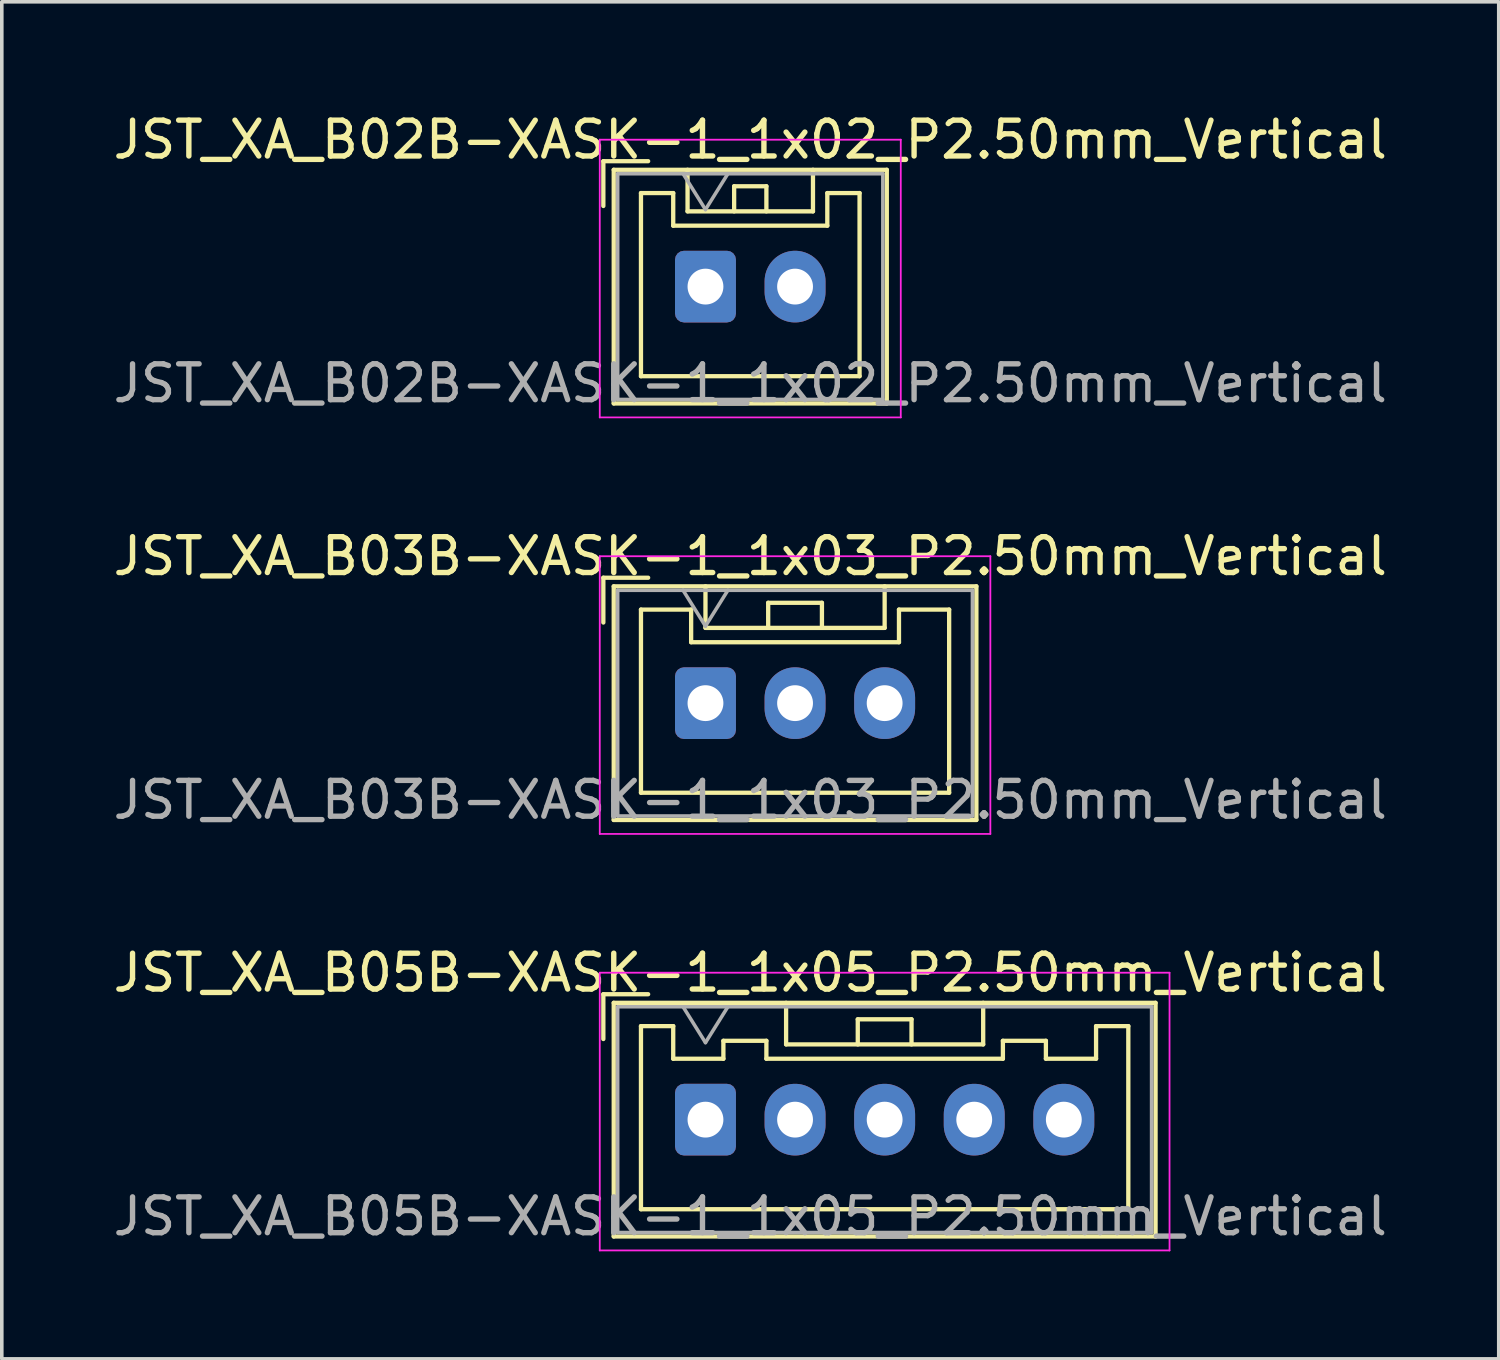
<source format=kicad_pcb>
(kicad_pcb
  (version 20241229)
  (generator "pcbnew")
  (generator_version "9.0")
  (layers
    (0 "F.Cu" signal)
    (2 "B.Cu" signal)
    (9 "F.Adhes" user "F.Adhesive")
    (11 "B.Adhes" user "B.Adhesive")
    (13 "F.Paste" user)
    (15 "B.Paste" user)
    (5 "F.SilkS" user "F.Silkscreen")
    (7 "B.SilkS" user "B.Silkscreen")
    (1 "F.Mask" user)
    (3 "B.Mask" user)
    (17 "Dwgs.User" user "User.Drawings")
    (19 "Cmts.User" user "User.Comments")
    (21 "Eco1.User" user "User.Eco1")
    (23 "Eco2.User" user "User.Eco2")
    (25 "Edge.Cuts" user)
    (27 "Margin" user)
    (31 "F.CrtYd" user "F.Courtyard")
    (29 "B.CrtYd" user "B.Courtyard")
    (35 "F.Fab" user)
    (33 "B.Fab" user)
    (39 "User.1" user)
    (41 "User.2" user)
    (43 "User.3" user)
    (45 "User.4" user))
  (footprint "JST_XA_B05B-XASK-1_1x05_P2.50mm_Vertical"
    (layer "F.Cu")
    (at 16.637 28.195)
    (property "Reference" "JST_XA_B05B-XASK-1_1x05_P2.50mm_Vertical" (at 1.25 -4.1 0) (layer "F.SilkS") (effects (font (size 1 1) (thickness 0.15))))
    (attr through_hole)
    (fp_line (start -2.85 -3.5) (end -2.85 -2.25) (stroke (width 0.12) (type solid)) (layer "F.SilkS"))
    (fp_line (start -2.56 -3.26) (end -2.56 3.26) (stroke (width 0.12) (type solid)) (layer "F.SilkS"))
    (fp_line (start -2.56 3.26) (end 12.56 3.26) (stroke (width 0.12) (type solid)) (layer "F.SilkS"))
    (fp_line (start -1.8 -2.61) (end -1.8 2.5) (stroke (width 0.12) (type solid)) (layer "F.SilkS"))
    (fp_line (start -1.8 2.5) (end 11.8 2.5) (stroke (width 0.12) (type solid)) (layer "F.SilkS"))
    (fp_line (start -1.6 -3.5) (end -2.85 -3.5) (stroke (width 0.12) (type solid)) (layer "F.SilkS"))
    (fp_line (start -0.9 -2.61) (end -1.8 -2.61) (stroke (width 0.12) (type solid)) (layer "F.SilkS"))
    (fp_line (start -0.9 -2.61) (end -0.9 -1.7) (stroke (width 0.12) (type solid)) (layer "F.SilkS"))
    (fp_line (start -0.9 -1.7) (end 0.5 -1.7) (stroke (width 0.12) (type solid)) (layer "F.SilkS"))
    (fp_line (start 0.5 -2.2) (end 0.5 -1.7) (stroke (width 0.12) (type solid)) (layer "F.SilkS"))
    (fp_line (start 0.5 -2.2) (end 1.7 -2.2) (stroke (width 0.12) (type solid)) (layer "F.SilkS"))
    (fp_line (start 1.7 -2.2) (end 1.7 -1.7) (stroke (width 0.12) (type solid)) (layer "F.SilkS"))
    (fp_line (start 2.25 -3.26) (end 2.25 -2.1) (stroke (width 0.12) (type solid)) (layer "F.SilkS"))
    (fp_line (start 4.25 -2.1) (end 4.25 -2.8) (stroke (width 0.12) (type solid)) (layer "F.SilkS"))
    (fp_line (start 5.75 -2.8) (end 4.25 -2.8) (stroke (width 0.12) (type solid)) (layer "F.SilkS"))
    (fp_line (start 5.75 -2.1) (end 5.75 -2.8) (stroke (width 0.12) (type solid)) (layer "F.SilkS"))
    (fp_line (start 7.75 -2.1) (end 2.25 -2.1) (stroke (width 0.12) (type solid)) (layer "F.SilkS"))
    (fp_line (start 7.75 -2.1) (end 7.75 -3.26) (stroke (width 0.12) (type solid)) (layer "F.SilkS"))
    (fp_line (start 8.3 -2.2) (end 8.3 -1.7) (stroke (width 0.12) (type solid)) (layer "F.SilkS"))
    (fp_line (start 8.3 -1.7) (end 1.7 -1.7) (stroke (width 0.12) (type solid)) (layer "F.SilkS"))
    (fp_line (start 9.5 -2.2) (end 8.3 -2.2) (stroke (width 0.12) (type solid)) (layer "F.SilkS"))
    (fp_line (start 9.5 -2.2) (end 9.5 -1.7) (stroke (width 0.12) (type solid)) (layer "F.SilkS"))
    (fp_line (start 10.9 -2.61) (end 10.9 -1.7) (stroke (width 0.12) (type solid)) (layer "F.SilkS"))
    (fp_line (start 10.9 -2.61) (end 11.8 -2.61) (stroke (width 0.12) (type solid)) (layer "F.SilkS"))
    (fp_line (start 10.9 -1.7) (end 9.5 -1.7) (stroke (width 0.12) (type solid)) (layer "F.SilkS"))
    (fp_line (start 11.8 2.5) (end 11.8 -2.61) (stroke (width 0.12) (type solid)) (layer "F.SilkS"))
    (fp_line (start 12.56 -3.26) (end -2.56 -3.26) (stroke (width 0.12) (type solid)) (layer "F.SilkS"))
    (fp_line (start 12.56 3.26) (end 12.56 -3.26) (stroke (width 0.12) (type solid)) (layer "F.SilkS"))
    (fp_line (start -2.95 -4.1) (end -2.95 3.65) (stroke (width 0.05) (type solid)) (layer "F.CrtYd"))
    (fp_line (start -2.95 3.65) (end 12.95 3.65) (stroke (width 0.05) (type solid)) (layer "F.CrtYd"))
    (fp_line (start 12.95 -4.1) (end -2.95 -4.1) (stroke (width 0.05) (type solid)) (layer "F.CrtYd"))
    (fp_line (start 12.95 3.65) (end 12.95 -4.1) (stroke (width 0.05) (type solid)) (layer "F.CrtYd"))
    (fp_line (start -2.45 -3.15) (end -2.45 3.15) (stroke (width 0.1) (type solid)) (layer "F.Fab"))
    (fp_line (start -2.45 3.15) (end 12.45 3.15) (stroke (width 0.1) (type solid)) (layer "F.Fab"))
    (fp_line (start -0.625 -3.15) (end 0 -2.15) (stroke (width 0.1) (type solid)) (layer "F.Fab"))
    (fp_line (start 0 -2.15) (end 0.625 -3.15) (stroke (width 0.1) (type solid)) (layer "F.Fab"))
    (fp_line (start 12.45 -3.15) (end -2.45 -3.15) (stroke (width 0.1) (type solid)) (layer "F.Fab"))
    (fp_line (start 12.45 3.15) (end 12.45 -3.15) (stroke (width 0.1) (type solid)) (layer "F.Fab"))
    (fp_text user "${REFERENCE}" (at 1.25 2.7 0) (layer "F.Fab") (effects (font (size 1 1) (thickness 0.15))))
    (pad "1" thru_hole roundrect (at 0 0) (size 1.7 2) (drill 1) (layers "*.Cu" "*.Mask") (roundrect_rratio 0.147))
    (pad "2" thru_hole oval (at 2.5 0) (size 1.7 2) (drill 1) (layers "*.Cu" "*.Mask"))
    (pad "3" thru_hole oval (at 5 0) (size 1.7 2) (drill 1) (layers "*.Cu" "*.Mask"))
    (pad "4" thru_hole oval (at 7.5 0) (size 1.7 2) (drill 1) (layers "*.Cu" "*.Mask"))
    (pad "5" thru_hole oval (at 10 0) (size 1.7 2) (drill 1) (layers "*.Cu" "*.Mask")))
  (footprint "JST_XA_B03B-XASK-1_1x03_P2.50mm_Vertical"
    (layer "F.Cu")
    (at 16.637 16.572)
    (property "Reference" "JST_XA_B03B-XASK-1_1x03_P2.50mm_Vertical" (at 1.25 -4.1 0) (layer "F.SilkS") (effects (font (size 1 1) (thickness 0.15))))
    (attr through_hole)
    (fp_line (start -2.85 -3.5) (end -2.85 -2.25) (stroke (width 0.12) (type solid)) (layer "F.SilkS"))
    (fp_line (start -2.56 -3.26) (end -2.56 3.26) (stroke (width 0.12) (type solid)) (layer "F.SilkS"))
    (fp_line (start -2.56 3.26) (end 7.56 3.26) (stroke (width 0.12) (type solid)) (layer "F.SilkS"))
    (fp_line (start -1.8 -2.61) (end -1.8 2.5) (stroke (width 0.12) (type solid)) (layer "F.SilkS"))
    (fp_line (start -1.8 2.5) (end 6.8 2.5) (stroke (width 0.12) (type solid)) (layer "F.SilkS"))
    (fp_line (start -1.6 -3.5) (end -2.85 -3.5) (stroke (width 0.12) (type solid)) (layer "F.SilkS"))
    (fp_line (start -0.4 -2.61) (end -1.8 -2.61) (stroke (width 0.12) (type solid)) (layer "F.SilkS"))
    (fp_line (start -0.4 -2.61) (end -0.4 -1.7) (stroke (width 0.12) (type solid)) (layer "F.SilkS"))
    (fp_line (start 0 -3.26) (end 0 -2.1) (stroke (width 0.12) (type solid)) (layer "F.SilkS"))
    (fp_line (start 1.75 -2.1) (end 1.75 -2.8) (stroke (width 0.12) (type solid)) (layer "F.SilkS"))
    (fp_line (start 3.25 -2.8) (end 1.75 -2.8) (stroke (width 0.12) (type solid)) (layer "F.SilkS"))
    (fp_line (start 3.25 -2.1) (end 3.25 -2.8) (stroke (width 0.12) (type solid)) (layer "F.SilkS"))
    (fp_line (start 5 -2.1) (end 0 -2.1) (stroke (width 0.12) (type solid)) (layer "F.SilkS"))
    (fp_line (start 5 -2.1) (end 5 -3.26) (stroke (width 0.12) (type solid)) (layer "F.SilkS"))
    (fp_line (start 5.4 -1.7) (end -0.4 -1.7) (stroke (width 0.12) (type solid)) (layer "F.SilkS"))
    (fp_line (start 5.4 -1.7) (end 5.4 -2.61) (stroke (width 0.12) (type solid)) (layer "F.SilkS"))
    (fp_line (start 6.8 -2.61) (end 5.4 -2.61) (stroke (width 0.12) (type solid)) (layer "F.SilkS"))
    (fp_line (start 6.8 2.5) (end 6.8 -2.61) (stroke (width 0.12) (type solid)) (layer "F.SilkS"))
    (fp_line (start 7.56 -3.26) (end -2.56 -3.26) (stroke (width 0.12) (type solid)) (layer "F.SilkS"))
    (fp_line (start 7.56 3.26) (end 7.56 -3.26) (stroke (width 0.12) (type solid)) (layer "F.SilkS"))
    (fp_line (start -2.95 -4.1) (end -2.95 3.65) (stroke (width 0.05) (type solid)) (layer "F.CrtYd"))
    (fp_line (start -2.95 3.65) (end 7.95 3.65) (stroke (width 0.05) (type solid)) (layer "F.CrtYd"))
    (fp_line (start 7.95 -4.1) (end -2.95 -4.1) (stroke (width 0.05) (type solid)) (layer "F.CrtYd"))
    (fp_line (start 7.95 3.65) (end 7.95 -4.1) (stroke (width 0.05) (type solid)) (layer "F.CrtYd"))
    (fp_line (start -2.45 -3.15) (end -2.45 3.15) (stroke (width 0.1) (type solid)) (layer "F.Fab"))
    (fp_line (start -2.45 3.15) (end 7.45 3.15) (stroke (width 0.1) (type solid)) (layer "F.Fab"))
    (fp_line (start -0.625 -3.15) (end 0 -2.15) (stroke (width 0.1) (type solid)) (layer "F.Fab"))
    (fp_line (start 0 -2.15) (end 0.625 -3.15) (stroke (width 0.1) (type solid)) (layer "F.Fab"))
    (fp_line (start 7.45 -3.15) (end -2.45 -3.15) (stroke (width 0.1) (type solid)) (layer "F.Fab"))
    (fp_line (start 7.45 3.15) (end 7.45 -3.15) (stroke (width 0.1) (type solid)) (layer "F.Fab"))
    (fp_text user "${REFERENCE}" (at 1.25 2.7 0) (layer "F.Fab") (effects (font (size 1 1) (thickness 0.15))))
    (pad "1" thru_hole roundrect (at 0 0) (size 1.7 2) (drill 1) (layers "*.Cu" "*.Mask") (roundrect_rratio 0.147))
    (pad "2" thru_hole oval (at 2.5 0) (size 1.7 2) (drill 1) (layers "*.Cu" "*.Mask"))
    (pad "3" thru_hole oval (at 5 0) (size 1.7 2) (drill 1) (layers "*.Cu" "*.Mask")))
  (footprint "JST_XA_B02B-XASK-1_1x02_P2.50mm_Vertical"
    (layer "F.Cu")
    (at 16.637 4.948)
    (property "Reference" "JST_XA_B02B-XASK-1_1x02_P2.50mm_Vertical" (at 1.25 -4.1 0) (layer "F.SilkS") (effects (font (size 1 1) (thickness 0.15))))
    (attr through_hole)
    (fp_line (start -2.85 -3.5) (end -2.85 -2.25) (stroke (width 0.12) (type solid)) (layer "F.SilkS"))
    (fp_line (start -2.56 -3.26) (end -2.56 3.26) (stroke (width 0.12) (type solid)) (layer "F.SilkS"))
    (fp_line (start -2.56 3.26) (end 5.06 3.26) (stroke (width 0.12) (type solid)) (layer "F.SilkS"))
    (fp_line (start -1.8 -2.61) (end -1.8 2.5) (stroke (width 0.12) (type solid)) (layer "F.SilkS"))
    (fp_line (start -1.8 2.5) (end 4.3 2.5) (stroke (width 0.12) (type solid)) (layer "F.SilkS"))
    (fp_line (start -1.6 -3.5) (end -2.85 -3.5) (stroke (width 0.12) (type solid)) (layer "F.SilkS"))
    (fp_line (start -0.9 -2.61) (end -1.8 -2.61) (stroke (width 0.12) (type solid)) (layer "F.SilkS"))
    (fp_line (start -0.9 -2.61) (end -0.9 -1.7) (stroke (width 0.12) (type solid)) (layer "F.SilkS"))
    (fp_line (start -0.5 -3.26) (end -0.5 -2.1) (stroke (width 0.12) (type solid)) (layer "F.SilkS"))
    (fp_line (start 0.8 -2.1) (end 0.8 -2.8) (stroke (width 0.12) (type solid)) (layer "F.SilkS"))
    (fp_line (start 1.7 -2.8) (end 0.8 -2.8) (stroke (width 0.12) (type solid)) (layer "F.SilkS"))
    (fp_line (start 1.7 -2.1) (end 1.7 -2.8) (stroke (width 0.12) (type solid)) (layer "F.SilkS"))
    (fp_line (start 3 -2.1) (end -0.5 -2.1) (stroke (width 0.12) (type solid)) (layer "F.SilkS"))
    (fp_line (start 3 -2.1) (end 3 -3.26) (stroke (width 0.12) (type solid)) (layer "F.SilkS"))
    (fp_line (start 3.4 -1.7) (end -0.9 -1.7) (stroke (width 0.12) (type solid)) (layer "F.SilkS"))
    (fp_line (start 3.4 -1.7) (end 3.4 -2.61) (stroke (width 0.12) (type solid)) (layer "F.SilkS"))
    (fp_line (start 4.3 -2.61) (end 3.4 -2.61) (stroke (width 0.12) (type solid)) (layer "F.SilkS"))
    (fp_line (start 4.3 2.5) (end 4.3 -2.61) (stroke (width 0.12) (type solid)) (layer "F.SilkS"))
    (fp_line (start 5.06 -3.26) (end -2.56 -3.26) (stroke (width 0.12) (type solid)) (layer "F.SilkS"))
    (fp_line (start 5.06 3.26) (end 5.06 -3.26) (stroke (width 0.12) (type solid)) (layer "F.SilkS"))
    (fp_line (start -2.95 -4.1) (end -2.95 3.65) (stroke (width 0.05) (type solid)) (layer "F.CrtYd"))
    (fp_line (start -2.95 3.65) (end 5.45 3.65) (stroke (width 0.05) (type solid)) (layer "F.CrtYd"))
    (fp_line (start 5.45 -4.1) (end -2.95 -4.1) (stroke (width 0.05) (type solid)) (layer "F.CrtYd"))
    (fp_line (start 5.45 3.65) (end 5.45 -4.1) (stroke (width 0.05) (type solid)) (layer "F.CrtYd"))
    (fp_line (start -2.45 -3.15) (end -2.45 3.15) (stroke (width 0.1) (type solid)) (layer "F.Fab"))
    (fp_line (start -2.45 3.15) (end 4.95 3.15) (stroke (width 0.1) (type solid)) (layer "F.Fab"))
    (fp_line (start -0.625 -3.15) (end 0 -2.15) (stroke (width 0.1) (type solid)) (layer "F.Fab"))
    (fp_line (start 0 -2.15) (end 0.625 -3.15) (stroke (width 0.1) (type solid)) (layer "F.Fab"))
    (fp_line (start 4.95 -3.15) (end -2.45 -3.15) (stroke (width 0.1) (type solid)) (layer "F.Fab"))
    (fp_line (start 4.95 3.15) (end 4.95 -3.15) (stroke (width 0.1) (type solid)) (layer "F.Fab"))
    (fp_text user "${REFERENCE}" (at 1.25 2.7 0) (layer "F.Fab") (effects (font (size 1 1) (thickness 0.15))))
    (pad "1" thru_hole roundrect (at 0 0) (size 1.7 2) (drill 1) (layers "*.Cu" "*.Mask") (roundrect_rratio 0.147))
    (pad "2" thru_hole oval (at 2.5 0) (size 1.7 2) (drill 1) (layers "*.Cu" "*.Mask")))
  (gr_rect
    (start -3 -3)
    (end 38.774 34.87)
    (stroke (width 0.1) (type default))
    (fill no)
    (layer "Edge.Cuts")))
</source>
